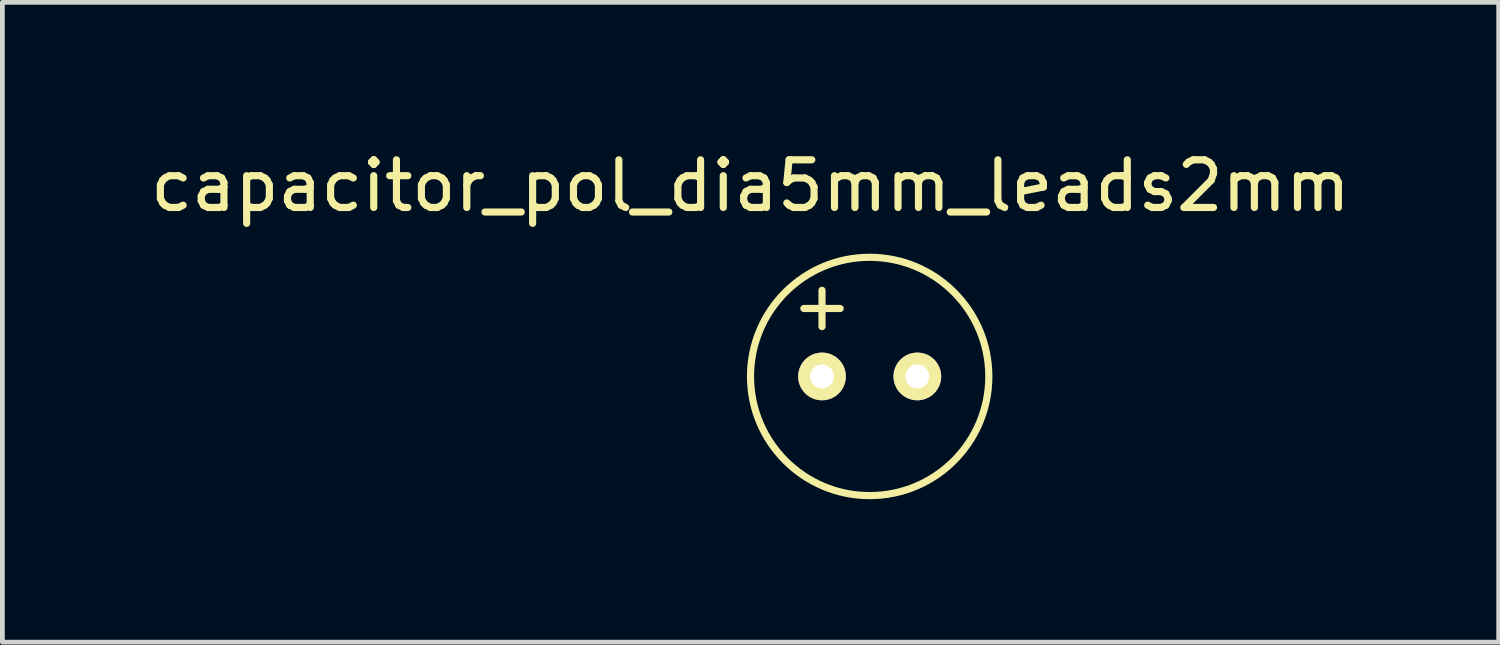
<source format=kicad_pcb>
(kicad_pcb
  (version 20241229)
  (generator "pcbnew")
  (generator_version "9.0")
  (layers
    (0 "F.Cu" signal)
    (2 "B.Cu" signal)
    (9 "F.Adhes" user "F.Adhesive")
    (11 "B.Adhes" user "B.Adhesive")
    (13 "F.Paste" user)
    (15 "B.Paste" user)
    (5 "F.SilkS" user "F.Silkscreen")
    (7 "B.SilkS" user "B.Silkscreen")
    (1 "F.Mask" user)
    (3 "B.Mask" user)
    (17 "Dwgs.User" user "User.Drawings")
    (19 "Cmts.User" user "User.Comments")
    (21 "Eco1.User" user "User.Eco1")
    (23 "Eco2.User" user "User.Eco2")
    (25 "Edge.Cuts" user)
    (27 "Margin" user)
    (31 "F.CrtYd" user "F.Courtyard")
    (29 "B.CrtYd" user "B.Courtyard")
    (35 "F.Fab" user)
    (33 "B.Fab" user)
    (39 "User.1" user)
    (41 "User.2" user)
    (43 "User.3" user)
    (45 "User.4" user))
  (footprint "capacitor_pol_dia5mm_leads2mm"
    (layer "F.Cu")
    (at 15.196 4.848)
    (property "Reference" "capacitor_pol_dia5mm_leads2mm" (at -2.5 -4 0) (layer "F.SilkS") (effects (font (size 1 1) (thickness 0.15))))
    (attr through_hole)
    (fp_circle (center 0 0) (end 0 -2.5) (stroke (width 0.15) (type solid)) (fill no) (layer "F.SilkS"))
    (fp_text user "+" (at -1 -1.5 0) (layer "F.SilkS") (effects (font (size 1 1) (thickness 0.15))))
    (pad "1" thru_hole circle (at -1 0) (size 1 1) (drill 0.5) (layers "*.Cu" "*.Mask" "F.SilkS"))
    (pad "2" thru_hole circle (at 1 0) (size 1 1) (drill 0.5) (layers "*.Cu" "*.Mask" "F.SilkS")))
  (gr_rect
    (start -3 -3)
    (end 28.393 10.423)
    (stroke (width 0.1) (type default))
    (fill no)
    (layer "Edge.Cuts")))
</source>
